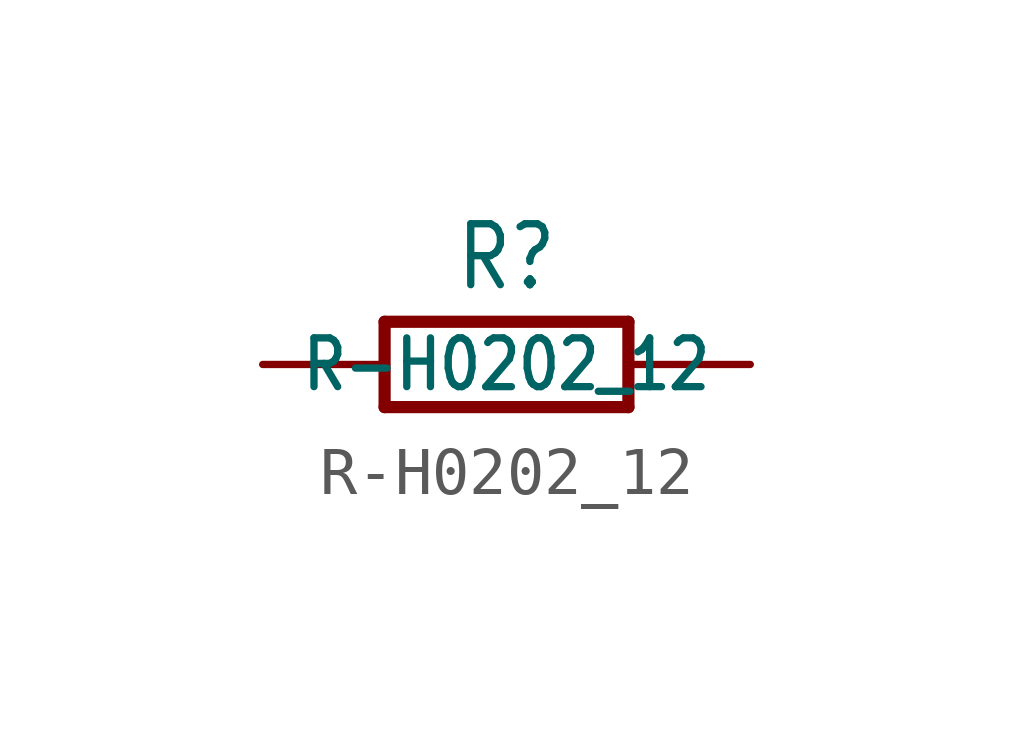
<source format=kicad_sym>
(kicad_symbol_lib
  (version 20201005)
  (generator kicad_symbol_editor)
  (symbol "R-H0202_12"
    (property "Reference" "R"
      (at 0 1.499 0)
      (effects (font (size 1.27 1.079)) (justify bottom)))
    (property "Value" "R-H0202_12"
      (at 0 0 0)
      (effects (font (size 1.016 0.864))))
    (property "ki_locked" ""
      (at 0 0 0)
      (effects (font (size 1.27 1.27))))
    (symbol "R-H0202_12_1_0"
      (polyline (pts (xy -2.54 -0.889) (xy -2.54 0.889)) (stroke (width 0.254)) (fill (type none)))
      (polyline (pts (xy -2.54 -0.889) (xy 2.54 -0.889)) (stroke (width 0.254)) (fill (type none)))
      (polyline (pts (xy 2.54 -0.889) (xy 2.54 0.889)) (stroke (width 0.254)) (fill (type none)))
      (polyline (pts (xy 2.54 0.889) (xy -2.54 0.889)) (stroke (width 0.254)) (fill (type none)))
      (pin passive line (at -5.08 0 0) (length 2.54) (name "1" (effects (font (size 0 0)))) (number "1" (effects (font (size 0 0)))))
      (pin passive line (at 5.08 0 180) (length 2.54) (name "2" (effects (font (size 0 0)))) (number "2" (effects (font (size 0 0))))))))
</source>
